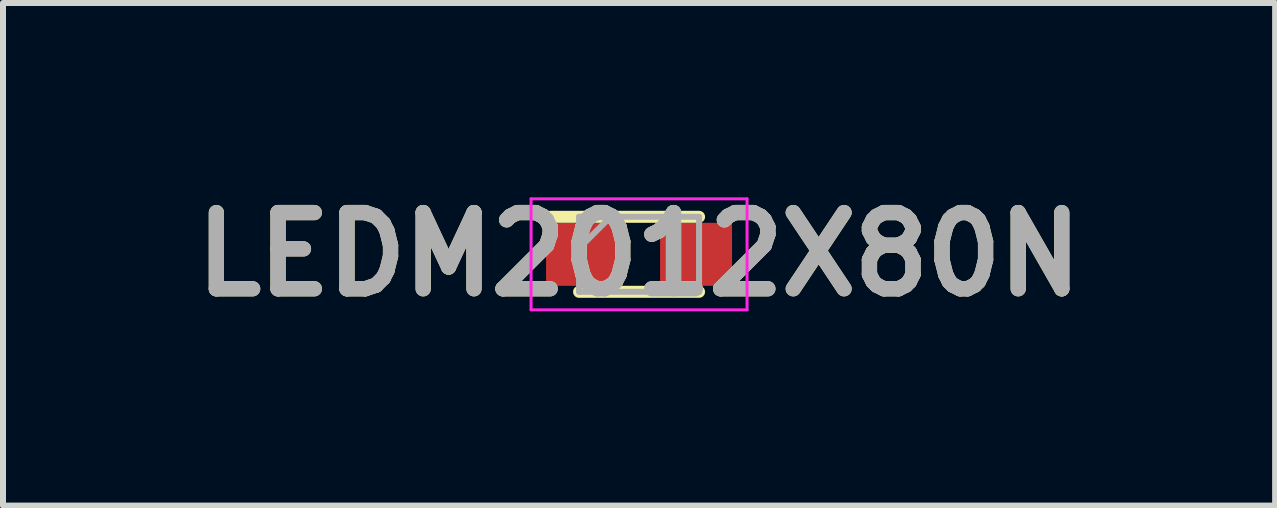
<source format=kicad_pcb>
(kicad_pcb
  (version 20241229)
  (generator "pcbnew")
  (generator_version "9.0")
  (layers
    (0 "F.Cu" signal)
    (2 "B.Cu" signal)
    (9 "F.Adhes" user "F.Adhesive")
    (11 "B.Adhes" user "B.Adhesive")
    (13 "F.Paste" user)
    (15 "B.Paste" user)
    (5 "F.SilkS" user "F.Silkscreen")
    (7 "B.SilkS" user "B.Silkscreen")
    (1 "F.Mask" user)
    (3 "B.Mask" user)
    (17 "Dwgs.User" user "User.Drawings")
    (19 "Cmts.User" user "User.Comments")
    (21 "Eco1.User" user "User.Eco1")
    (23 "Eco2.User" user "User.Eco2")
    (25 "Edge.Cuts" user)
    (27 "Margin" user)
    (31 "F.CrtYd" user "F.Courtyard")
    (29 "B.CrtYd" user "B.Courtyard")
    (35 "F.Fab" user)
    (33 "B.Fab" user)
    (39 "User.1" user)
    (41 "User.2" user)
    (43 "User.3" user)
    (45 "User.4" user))
  (footprint "LEDM2012X80N"
    (layer "F.Cu")
    (at 7.602 1.189)
    (property "Reference" "LEDM2012X80N" (at 0 0 0) (layer "F.SilkS") (effects (font (size 1.27 1.27) (thickness 0.254))))
    (attr smd)
    (fp_line (start -1 0.625) (end 1 0.625) (stroke (width 0.2) (type solid)) (layer "F.SilkS"))
    (fp_line (start 1 -0.625) (end -1.475 -0.625) (stroke (width 0.2) (type solid)) (layer "F.SilkS"))
    (fp_line (start -1.8 -0.925) (end 1.8 -0.925) (stroke (width 0.05) (type solid)) (layer "F.CrtYd"))
    (fp_line (start -1.8 0.925) (end -1.8 -0.925) (stroke (width 0.05) (type solid)) (layer "F.CrtYd"))
    (fp_line (start 1.8 -0.925) (end 1.8 0.925) (stroke (width 0.05) (type solid)) (layer "F.CrtYd"))
    (fp_line (start 1.8 0.925) (end -1.8 0.925) (stroke (width 0.05) (type solid)) (layer "F.CrtYd"))
    (fp_line (start -1 -0.625) (end 1 -0.625) (stroke (width 0.1) (type solid)) (layer "F.Fab"))
    (fp_line (start -1 -0.1) (end -0.475 -0.625) (stroke (width 0.1) (type solid)) (layer "F.Fab"))
    (fp_line (start -1 0.625) (end -1 -0.625) (stroke (width 0.1) (type solid)) (layer "F.Fab"))
    (fp_line (start 1 -0.625) (end 1 0.625) (stroke (width 0.1) (type solid)) (layer "F.Fab"))
    (fp_line (start 1 0.625) (end -1 0.625) (stroke (width 0.1) (type solid)) (layer "F.Fab"))
    (fp_text user "${REFERENCE}" (at 0 0 0) (layer "F.Fab") (effects (font (size 1.27 1.27) (thickness 0.254))))
    (pad "1" smd rect (at -0.95 0 90) (size 1.05 1.2) (layers "F.Cu" "F.Mask" "F.Paste"))
    (pad "2" smd rect (at 0.95 0 90) (size 1.05 1.2) (layers "F.Cu" "F.Mask" "F.Paste")))
  (gr_rect
    (start -3 -3)
    (end 18.204 5.377)
    (stroke (width 0.1) (type default))
    (fill no)
    (layer "Edge.Cuts")))
</source>
